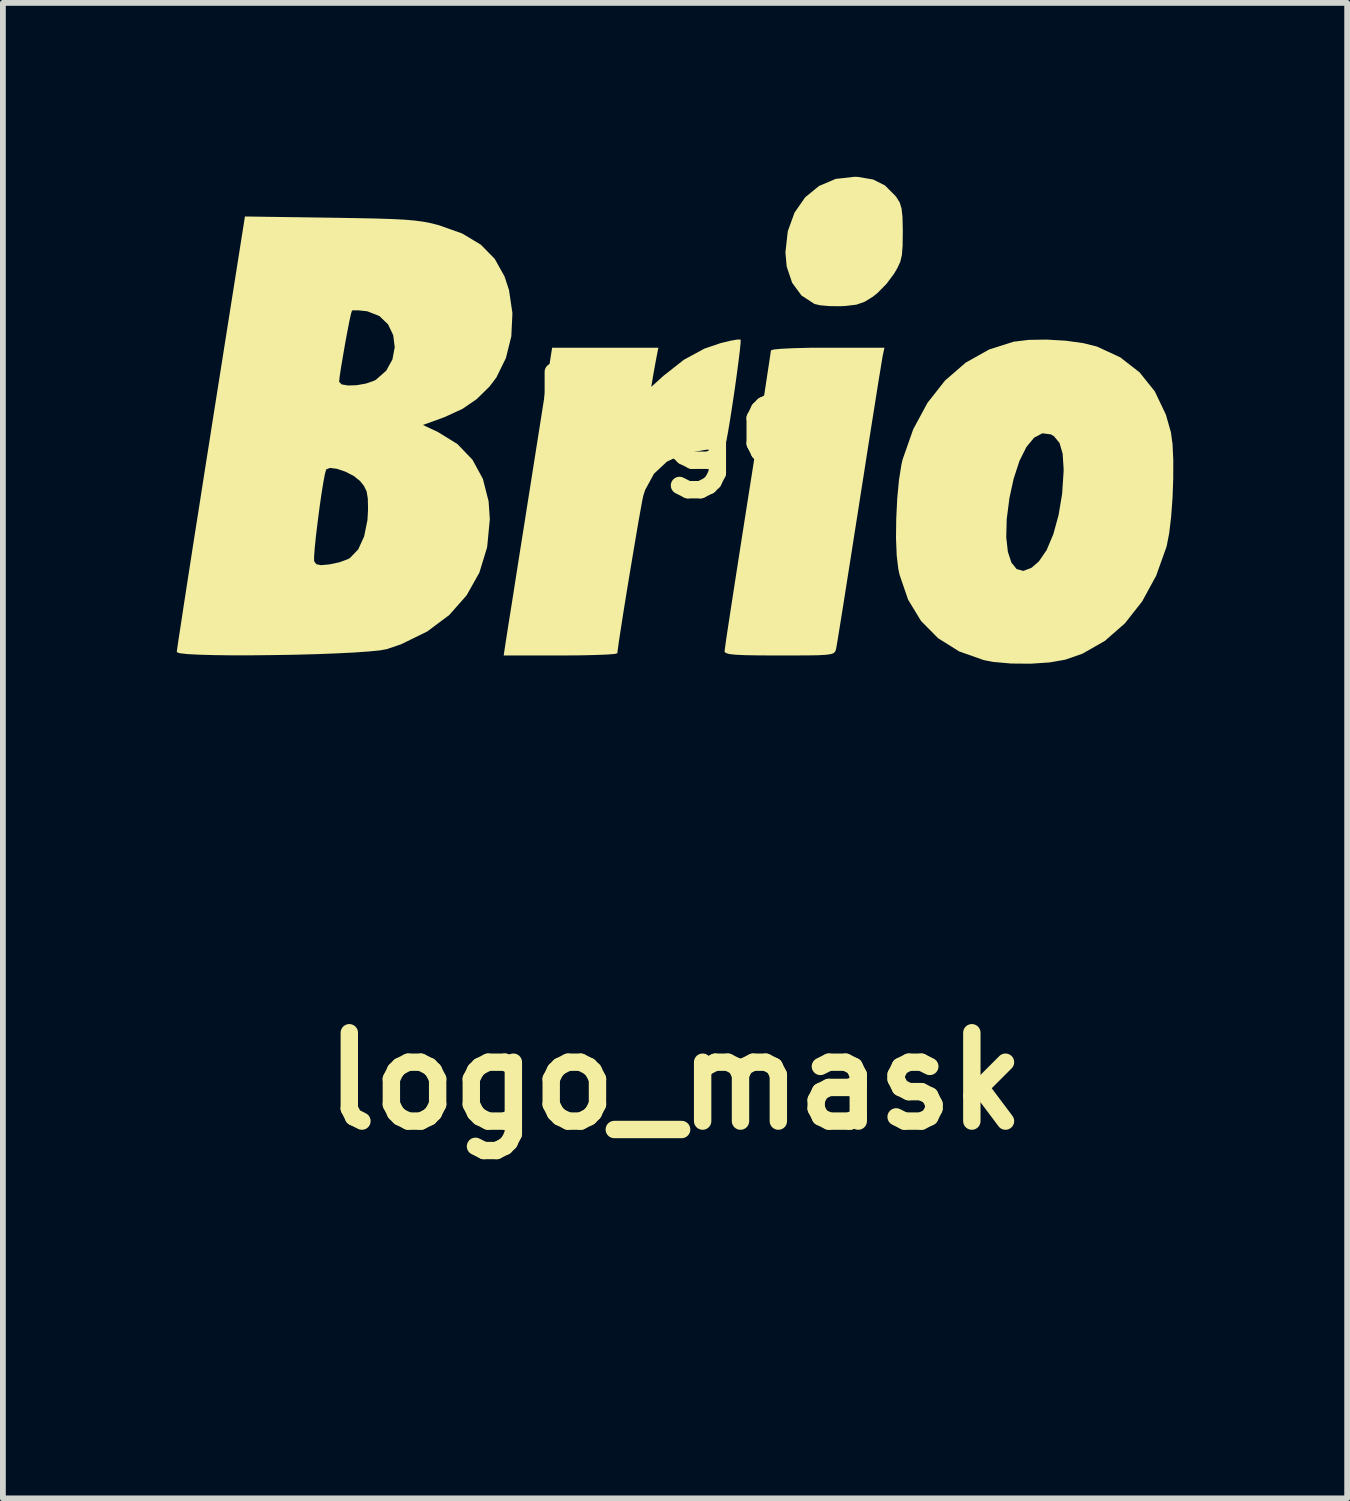
<source format=kicad_pcb>
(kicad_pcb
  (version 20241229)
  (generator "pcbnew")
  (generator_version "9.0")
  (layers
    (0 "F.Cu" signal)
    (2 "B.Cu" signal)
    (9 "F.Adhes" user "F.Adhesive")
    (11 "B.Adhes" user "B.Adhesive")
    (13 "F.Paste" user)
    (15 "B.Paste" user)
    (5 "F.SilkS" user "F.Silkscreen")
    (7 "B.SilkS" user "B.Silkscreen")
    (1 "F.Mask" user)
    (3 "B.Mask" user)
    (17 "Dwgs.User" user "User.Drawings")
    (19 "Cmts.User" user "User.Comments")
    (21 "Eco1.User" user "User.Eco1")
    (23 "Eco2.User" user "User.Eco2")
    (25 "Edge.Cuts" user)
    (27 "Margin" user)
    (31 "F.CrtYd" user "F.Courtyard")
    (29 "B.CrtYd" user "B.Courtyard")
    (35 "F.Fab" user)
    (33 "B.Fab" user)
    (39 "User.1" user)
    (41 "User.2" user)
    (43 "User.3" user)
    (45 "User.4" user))
  (footprint "logo"
    (layer "F.Cu")
    (at 8.601 4.201)
    (property "Reference" "logo" (at 0 0 0) (layer "F.SilkS") (effects (font (size 1.524 1.524) (thickness 0.3))))
    (attr board_only exclude_from_pos_files exclude_from_bom)
    (fp_poly (pts (xy 3.151 -4.199) (xy 3.414 -4.154) (xy 3.618 -4.051) (xy 3.795 -3.874) (xy 3.822 -3.838) (xy 3.873 -3.755) (xy 3.904 -3.652) (xy 3.92 -3.506) (xy 3.925 -3.291) (xy 3.925 -3.236) (xy 3.922 -3.01) (xy 3.91 -2.853) (xy 3.882 -2.734) (xy 3.83 -2.623) (xy 3.774 -2.528) (xy 3.645 -2.355) (xy 3.487 -2.194) (xy 3.409 -2.132) (xy 3.266 -2.044) (xy 3.126 -1.995) (xy 2.944 -1.973) (xy 2.86 -1.968) (xy 2.667 -1.969) (xy 2.498 -1.984) (xy 2.401 -2.007) (xy 2.177 -2.153) (xy 2.016 -2.372) (xy 1.922 -2.651) (xy 1.9 -2.896) (xy 1.941 -3.262) (xy 2.057 -3.582) (xy 2.239 -3.845) (xy 2.479 -4.042) (xy 2.766 -4.164) (xy 3.092 -4.201)) (stroke (width 0) (type solid)) (fill yes) (layer "F.SilkS"))
    (fp_poly (pts (xy 3.579 -1.115) (xy 3.566 -1.039) (xy 3.539 -0.874) (xy 3.499 -0.631) (xy 3.45 -0.319) (xy 3.391 0.051) (xy 3.325 0.468) (xy 3.254 0.923) (xy 3.178 1.405) (xy 3.175 1.428) (xy 3.099 1.91) (xy 3.028 2.364) (xy 2.962 2.781) (xy 2.904 3.15) (xy 2.854 3.461) (xy 2.815 3.703) (xy 2.788 3.868) (xy 2.774 3.944) (xy 2.774 3.945) (xy 2.762 3.984) (xy 2.739 4.013) (xy 2.691 4.033) (xy 2.604 4.046) (xy 2.465 4.054) (xy 2.26 4.057) (xy 1.975 4.058) (xy 1.799 4.058) (xy 1.462 4.057) (xy 1.213 4.053) (xy 1.039 4.045) (xy 0.929 4.033) (xy 0.87 4.015) (xy 0.85 3.991) (xy 0.85 3.986) (xy 0.858 3.924) (xy 0.879 3.772) (xy 0.914 3.541) (xy 0.96 3.239) (xy 1.016 2.877) (xy 1.08 2.464) (xy 1.151 2.01) (xy 1.227 1.524) (xy 1.25 1.378) (xy 1.328 0.885) (xy 1.4 0.423) (xy 1.466 -0.001) (xy 1.525 -0.376) (xy 1.573 -0.692) (xy 1.611 -0.941) (xy 1.637 -1.113) (xy 1.649 -1.198) (xy 1.65 -1.205) (xy 1.698 -1.221) (xy 1.835 -1.234) (xy 2.048 -1.244) (xy 2.327 -1.251) (xy 2.629 -1.252) (xy 3.608 -1.252)) (stroke (width 0) (type solid)) (fill yes) (layer "F.SilkS"))
    (fp_poly (pts (xy 1.128 -1.392) (xy 1.127 -1.338) (xy 1.114 -1.205) (xy 1.09 -1.011) (xy 1.059 -0.776) (xy 1.023 -0.518) (xy 0.984 -0.258) (xy 0.946 -0.013) (xy 0.911 0.196) (xy 0.882 0.351) (xy 0.875 0.381) (xy 0.85 0.439) (xy 0.791 0.475) (xy 0.675 0.497) (xy 0.507 0.512) (xy 0.147 0.577) (xy -0.145 0.714) (xy -0.368 0.923) (xy -0.52 1.202) (xy -0.551 1.297) (xy -0.569 1.381) (xy -0.599 1.545) (xy -0.64 1.775) (xy -0.687 2.052) (xy -0.739 2.361) (xy -0.793 2.684) (xy -0.846 3.007) (xy -0.895 3.311) (xy -0.937 3.582) (xy -0.971 3.801) (xy -0.992 3.954) (xy -1 4.02) (xy -1.047 4.032) (xy -1.18 4.042) (xy -1.382 4.05) (xy -1.639 4.056) (xy -1.935 4.058) (xy -1.981 4.058) (xy -2.961 4.058) (xy -2.94 3.92) (xy -2.929 3.845) (xy -2.903 3.68) (xy -2.865 3.437) (xy -2.815 3.125) (xy -2.757 2.753) (xy -2.691 2.332) (xy -2.618 1.873) (xy -2.541 1.384) (xy -2.522 1.265) (xy -2.125 -1.252) (xy -1.209 -1.252) (xy -0.292 -1.252) (xy -0.319 -1.115) (xy -0.346 -0.972) (xy -0.377 -0.801) (xy -0.381 -0.777) (xy -0.415 -0.576) (xy -0.203 -0.768) (xy 0.148 -1.044) (xy 0.502 -1.236) (xy 0.778 -1.33) (xy 0.945 -1.371) (xy 1.071 -1.393)) (stroke (width 0) (type solid)) (fill yes) (layer "F.SilkS"))
    (fp_poly (pts (xy 6.735 -1.373) (xy 7.039 -1.331) (xy 7.275 -1.272) (xy 7.678 -1.085) (xy 8.011 -0.826) (xy 8.274 -0.497) (xy 8.464 -0.098) (xy 8.551 0.207) (xy 8.579 0.41) (xy 8.592 0.686) (xy 8.591 1.005) (xy 8.579 1.34) (xy 8.555 1.665) (xy 8.521 1.951) (xy 8.478 2.171) (xy 8.476 2.179) (xy 8.297 2.681) (xy 8.055 3.125) (xy 7.758 3.503) (xy 7.412 3.806) (xy 7.026 4.027) (xy 6.727 4.131) (xy 6.458 4.178) (xy 6.133 4.2) (xy 5.794 4.197) (xy 5.483 4.169) (xy 5.323 4.138) (xy 4.897 3.988) (xy 4.535 3.761) (xy 4.24 3.463) (xy 4.017 3.096) (xy 3.869 2.665) (xy 3.848 2.567) (xy 3.82 2.335) (xy 3.808 2.035) (xy 3.808 2.018) (xy 5.71 2.018) (xy 5.738 2.269) (xy 5.799 2.455) (xy 5.889 2.567) (xy 6.006 2.599) (xy 6.146 2.545) (xy 6.273 2.435) (xy 6.407 2.239) (xy 6.522 1.966) (xy 6.613 1.635) (xy 6.674 1.27) (xy 6.699 0.891) (xy 6.7 0.842) (xy 6.683 0.576) (xy 6.629 0.391) (xy 6.533 0.275) (xy 6.478 0.243) (xy 6.333 0.225) (xy 6.191 0.3) (xy 6.058 0.461) (xy 5.938 0.701) (xy 5.837 1.011) (xy 5.765 1.342) (xy 5.718 1.707) (xy 5.71 2.018) (xy 3.808 2.018) (xy 3.812 1.697) (xy 3.829 1.353) (xy 3.859 1.032) (xy 3.901 0.766) (xy 3.922 0.676) (xy 4.105 0.155) (xy 4.351 -0.301) (xy 4.655 -0.687) (xy 5.011 -0.995) (xy 5.414 -1.221) (xy 5.839 -1.356) (xy 6.097 -1.387) (xy 6.408 -1.392)) (stroke (width 0) (type solid)) (fill yes) (layer "F.SilkS"))
    (fp_poly (pts (xy -5.95 -3.495) (xy -5.516 -3.488) (xy -5.167 -3.481) (xy -4.891 -3.472) (xy -4.673 -3.461) (xy -4.499 -3.446) (xy -4.356 -3.427) (xy -4.229 -3.403) (xy -4.104 -3.372) (xy -4.075 -3.364) (xy -3.673 -3.221) (xy -3.356 -3.03) (xy -3.116 -2.786) (xy -2.946 -2.482) (xy -2.869 -2.247) (xy -2.81 -1.848) (xy -2.829 -1.449) (xy -2.923 -1.072) (xy -3.087 -0.738) (xy -3.205 -0.582) (xy -3.426 -0.365) (xy -3.673 -0.196) (xy -3.98 -0.055) (xy -4.061 -0.025) (xy -4.354 0.081) (xy -4.095 0.203) (xy -3.758 0.411) (xy -3.499 0.681) (xy -3.32 1.01) (xy -3.221 1.398) (xy -3.2 1.707) (xy -3.246 2.189) (xy -3.38 2.628) (xy -3.6 3.02) (xy -3.9 3.36) (xy -4.278 3.643) (xy -4.729 3.864) (xy -4.975 3.948) (xy -5.093 3.97) (xy -5.288 3.989) (xy -5.544 4.007) (xy -5.849 4.022) (xy -6.188 4.035) (xy -6.55 4.045) (xy -6.92 4.051) (xy -7.284 4.055) (xy -7.629 4.056) (xy -7.942 4.052) (xy -8.21 4.045) (xy -8.417 4.034) (xy -8.552 4.019) (xy -8.601 4) (xy -8.601 4) (xy -8.594 3.941) (xy -8.572 3.79) (xy -8.536 3.557) (xy -8.489 3.248) (xy -8.431 2.871) (xy -8.363 2.434) (xy -8.351 2.356) (xy -6.232 2.356) (xy -6.231 2.432) (xy -6.23 2.434) (xy -6.192 2.484) (xy -6.112 2.5) (xy -5.965 2.486) (xy -5.795 2.45) (xy -5.648 2.396) (xy -5.612 2.375) (xy -5.47 2.227) (xy -5.368 2.002) (xy -5.311 1.72) (xy -5.301 1.541) (xy -5.305 1.351) (xy -5.326 1.225) (xy -5.374 1.129) (xy -5.439 1.048) (xy -5.546 0.962) (xy -5.689 0.888) (xy -5.836 0.838) (xy -5.957 0.822) (xy -6.023 0.848) (xy -6.044 0.921) (xy -6.072 1.07) (xy -6.105 1.274) (xy -6.139 1.511) (xy -6.171 1.76) (xy -6.2 1.998) (xy -6.221 2.204) (xy -6.232 2.356) (xy -8.351 2.356) (xy -8.287 1.945) (xy -8.203 1.413) (xy -8.114 0.843) (xy -8.019 0.245) (xy -8.014 0.209) (xy -7.876 -0.664) (xy -5.8 -0.664) (xy -5.757 -0.619) (xy -5.646 -0.6) (xy -5.497 -0.605) (xy -5.339 -0.633) (xy -5.199 -0.681) (xy -5.165 -0.699) (xy -4.987 -0.856) (xy -4.88 -1.05) (xy -4.841 -1.261) (xy -4.867 -1.469) (xy -4.956 -1.655) (xy -5.105 -1.798) (xy -5.31 -1.879) (xy -5.329 -1.882) (xy -5.469 -1.897) (xy -5.562 -1.897) (xy -5.579 -1.891) (xy -5.595 -1.837) (xy -5.624 -1.707) (xy -5.659 -1.525) (xy -5.698 -1.315) (xy -5.735 -1.1) (xy -5.768 -0.905) (xy -5.791 -0.752) (xy -5.8 -0.665) (xy -5.8 -0.664) (xy -7.876 -0.664) (xy -7.425 -3.516)) (stroke (width 0) (type solid)) (fill yes) (layer "F.SilkS")))
  (footprint "logo_mask"
    (layer "F.Cu")
    (at 8.601 15.603)
    (property "Reference" "logo_mask" (at 0 0 0) (layer "F.SilkS") (effects (font (size 1.524 1.524) (thickness 0.3))))
    (attr board_only exclude_from_pos_files exclude_from_bom)
    (fp_poly (pts (xy 3.151 -4.199) (xy 3.414 -4.154) (xy 3.618 -4.051) (xy 3.795 -3.874) (xy 3.822 -3.838) (xy 3.873 -3.755) (xy 3.904 -3.652) (xy 3.92 -3.506) (xy 3.925 -3.291) (xy 3.925 -3.236) (xy 3.922 -3.01) (xy 3.91 -2.853) (xy 3.882 -2.734) (xy 3.83 -2.623) (xy 3.774 -2.528) (xy 3.645 -2.355) (xy 3.487 -2.194) (xy 3.409 -2.132) (xy 3.266 -2.044) (xy 3.126 -1.995) (xy 2.944 -1.973) (xy 2.86 -1.968) (xy 2.667 -1.969) (xy 2.498 -1.984) (xy 2.401 -2.007) (xy 2.177 -2.153) (xy 2.016 -2.372) (xy 1.922 -2.651) (xy 1.9 -2.896) (xy 1.941 -3.262) (xy 2.057 -3.582) (xy 2.239 -3.845) (xy 2.479 -4.042) (xy 2.766 -4.164) (xy 3.092 -4.201)) (stroke (width 0) (type solid)) (fill yes) (layer "F.Mask"))
    (fp_poly (pts (xy 3.579 -1.115) (xy 3.566 -1.039) (xy 3.539 -0.874) (xy 3.499 -0.631) (xy 3.45 -0.319) (xy 3.391 0.051) (xy 3.325 0.468) (xy 3.254 0.923) (xy 3.178 1.405) (xy 3.175 1.428) (xy 3.099 1.91) (xy 3.028 2.364) (xy 2.962 2.781) (xy 2.904 3.15) (xy 2.854 3.461) (xy 2.815 3.703) (xy 2.788 3.868) (xy 2.774 3.944) (xy 2.774 3.945) (xy 2.762 3.984) (xy 2.739 4.013) (xy 2.691 4.033) (xy 2.604 4.046) (xy 2.465 4.054) (xy 2.26 4.057) (xy 1.975 4.058) (xy 1.799 4.058) (xy 1.462 4.057) (xy 1.213 4.053) (xy 1.039 4.045) (xy 0.929 4.033) (xy 0.87 4.015) (xy 0.85 3.991) (xy 0.85 3.986) (xy 0.858 3.924) (xy 0.879 3.772) (xy 0.914 3.541) (xy 0.96 3.239) (xy 1.016 2.877) (xy 1.08 2.464) (xy 1.151 2.01) (xy 1.227 1.524) (xy 1.25 1.378) (xy 1.328 0.885) (xy 1.4 0.423) (xy 1.466 -0.001) (xy 1.525 -0.376) (xy 1.573 -0.692) (xy 1.611 -0.941) (xy 1.637 -1.113) (xy 1.649 -1.198) (xy 1.65 -1.205) (xy 1.698 -1.221) (xy 1.835 -1.234) (xy 2.048 -1.244) (xy 2.327 -1.251) (xy 2.629 -1.252) (xy 3.608 -1.252)) (stroke (width 0) (type solid)) (fill yes) (layer "F.Mask"))
    (fp_poly (pts (xy 1.128 -1.392) (xy 1.127 -1.338) (xy 1.114 -1.205) (xy 1.09 -1.011) (xy 1.059 -0.776) (xy 1.023 -0.518) (xy 0.984 -0.258) (xy 0.946 -0.013) (xy 0.911 0.196) (xy 0.882 0.351) (xy 0.875 0.381) (xy 0.85 0.439) (xy 0.791 0.475) (xy 0.675 0.497) (xy 0.507 0.512) (xy 0.147 0.577) (xy -0.145 0.714) (xy -0.368 0.923) (xy -0.52 1.202) (xy -0.551 1.297) (xy -0.569 1.381) (xy -0.599 1.545) (xy -0.64 1.775) (xy -0.687 2.052) (xy -0.739 2.361) (xy -0.793 2.684) (xy -0.846 3.007) (xy -0.895 3.311) (xy -0.937 3.582) (xy -0.971 3.801) (xy -0.992 3.954) (xy -1 4.02) (xy -1.047 4.032) (xy -1.18 4.042) (xy -1.382 4.05) (xy -1.639 4.056) (xy -1.935 4.058) (xy -1.981 4.058) (xy -2.961 4.058) (xy -2.94 3.92) (xy -2.929 3.845) (xy -2.903 3.68) (xy -2.865 3.437) (xy -2.815 3.125) (xy -2.757 2.753) (xy -2.691 2.332) (xy -2.618 1.873) (xy -2.541 1.384) (xy -2.522 1.265) (xy -2.125 -1.252) (xy -1.209 -1.252) (xy -0.292 -1.252) (xy -0.319 -1.115) (xy -0.346 -0.972) (xy -0.377 -0.801) (xy -0.381 -0.777) (xy -0.415 -0.576) (xy -0.203 -0.768) (xy 0.148 -1.044) (xy 0.502 -1.236) (xy 0.778 -1.33) (xy 0.945 -1.371) (xy 1.071 -1.393)) (stroke (width 0) (type solid)) (fill yes) (layer "F.Mask"))
    (fp_poly (pts (xy 6.735 -1.373) (xy 7.039 -1.331) (xy 7.275 -1.272) (xy 7.678 -1.085) (xy 8.011 -0.826) (xy 8.274 -0.497) (xy 8.464 -0.098) (xy 8.551 0.207) (xy 8.579 0.41) (xy 8.592 0.686) (xy 8.591 1.005) (xy 8.579 1.34) (xy 8.555 1.665) (xy 8.521 1.951) (xy 8.478 2.171) (xy 8.476 2.179) (xy 8.297 2.681) (xy 8.055 3.125) (xy 7.758 3.503) (xy 7.412 3.806) (xy 7.026 4.027) (xy 6.727 4.131) (xy 6.458 4.178) (xy 6.133 4.2) (xy 5.794 4.197) (xy 5.483 4.169) (xy 5.323 4.138) (xy 4.897 3.988) (xy 4.535 3.761) (xy 4.24 3.463) (xy 4.017 3.096) (xy 3.869 2.665) (xy 3.848 2.567) (xy 3.82 2.335) (xy 3.808 2.035) (xy 3.808 2.018) (xy 5.71 2.018) (xy 5.738 2.269) (xy 5.799 2.455) (xy 5.889 2.567) (xy 6.006 2.599) (xy 6.146 2.545) (xy 6.273 2.435) (xy 6.407 2.239) (xy 6.522 1.966) (xy 6.613 1.635) (xy 6.674 1.27) (xy 6.699 0.891) (xy 6.7 0.842) (xy 6.683 0.576) (xy 6.629 0.391) (xy 6.533 0.275) (xy 6.478 0.243) (xy 6.333 0.225) (xy 6.191 0.3) (xy 6.058 0.461) (xy 5.938 0.701) (xy 5.837 1.011) (xy 5.765 1.342) (xy 5.718 1.707) (xy 5.71 2.018) (xy 3.808 2.018) (xy 3.812 1.697) (xy 3.829 1.353) (xy 3.859 1.032) (xy 3.901 0.766) (xy 3.922 0.676) (xy 4.105 0.155) (xy 4.351 -0.301) (xy 4.655 -0.687) (xy 5.011 -0.995) (xy 5.414 -1.221) (xy 5.839 -1.356) (xy 6.097 -1.387) (xy 6.408 -1.392)) (stroke (width 0) (type solid)) (fill yes) (layer "F.Mask"))
    (fp_poly (pts (xy -5.95 -3.495) (xy -5.516 -3.488) (xy -5.167 -3.481) (xy -4.891 -3.472) (xy -4.673 -3.461) (xy -4.499 -3.446) (xy -4.356 -3.427) (xy -4.229 -3.403) (xy -4.104 -3.372) (xy -4.075 -3.364) (xy -3.673 -3.221) (xy -3.356 -3.03) (xy -3.116 -2.786) (xy -2.946 -2.482) (xy -2.869 -2.247) (xy -2.81 -1.848) (xy -2.829 -1.449) (xy -2.923 -1.072) (xy -3.087 -0.738) (xy -3.205 -0.582) (xy -3.426 -0.365) (xy -3.673 -0.196) (xy -3.98 -0.055) (xy -4.061 -0.025) (xy -4.354 0.081) (xy -4.095 0.203) (xy -3.758 0.411) (xy -3.499 0.681) (xy -3.32 1.01) (xy -3.221 1.398) (xy -3.2 1.707) (xy -3.246 2.189) (xy -3.38 2.628) (xy -3.6 3.02) (xy -3.9 3.36) (xy -4.278 3.643) (xy -4.729 3.864) (xy -4.975 3.948) (xy -5.093 3.97) (xy -5.288 3.989) (xy -5.544 4.007) (xy -5.849 4.022) (xy -6.188 4.035) (xy -6.55 4.045) (xy -6.92 4.051) (xy -7.284 4.055) (xy -7.629 4.056) (xy -7.942 4.052) (xy -8.21 4.045) (xy -8.417 4.034) (xy -8.552 4.019) (xy -8.601 4) (xy -8.601 4) (xy -8.594 3.941) (xy -8.572 3.79) (xy -8.536 3.557) (xy -8.489 3.248) (xy -8.431 2.871) (xy -8.363 2.434) (xy -8.351 2.356) (xy -6.232 2.356) (xy -6.231 2.432) (xy -6.23 2.434) (xy -6.192 2.484) (xy -6.112 2.5) (xy -5.965 2.486) (xy -5.795 2.45) (xy -5.648 2.396) (xy -5.612 2.375) (xy -5.47 2.227) (xy -5.368 2.002) (xy -5.311 1.72) (xy -5.301 1.541) (xy -5.305 1.351) (xy -5.326 1.225) (xy -5.374 1.129) (xy -5.439 1.048) (xy -5.546 0.962) (xy -5.689 0.888) (xy -5.836 0.838) (xy -5.957 0.822) (xy -6.023 0.848) (xy -6.044 0.921) (xy -6.072 1.07) (xy -6.105 1.274) (xy -6.139 1.511) (xy -6.171 1.76) (xy -6.2 1.998) (xy -6.221 2.204) (xy -6.232 2.356) (xy -8.351 2.356) (xy -8.287 1.945) (xy -8.203 1.413) (xy -8.114 0.843) (xy -8.019 0.245) (xy -8.014 0.209) (xy -7.876 -0.664) (xy -5.8 -0.664) (xy -5.757 -0.619) (xy -5.646 -0.6) (xy -5.497 -0.605) (xy -5.339 -0.633) (xy -5.199 -0.681) (xy -5.165 -0.699) (xy -4.987 -0.856) (xy -4.88 -1.05) (xy -4.841 -1.261) (xy -4.867 -1.469) (xy -4.956 -1.655) (xy -5.105 -1.798) (xy -5.31 -1.879) (xy -5.329 -1.882) (xy -5.469 -1.897) (xy -5.562 -1.897) (xy -5.579 -1.891) (xy -5.595 -1.837) (xy -5.624 -1.707) (xy -5.659 -1.525) (xy -5.698 -1.315) (xy -5.735 -1.1) (xy -5.768 -0.905) (xy -5.791 -0.752) (xy -5.8 -0.665) (xy -5.8 -0.664) (xy -7.876 -0.664) (xy -7.425 -3.516)) (stroke (width 0) (type solid)) (fill yes) (layer "F.Mask")))
  (gr_rect
    (start -3 -3)
    (end 20.193 22.802)
    (stroke (width 0.1) (type default))
    (fill no)
    (layer "Edge.Cuts")))
</source>
